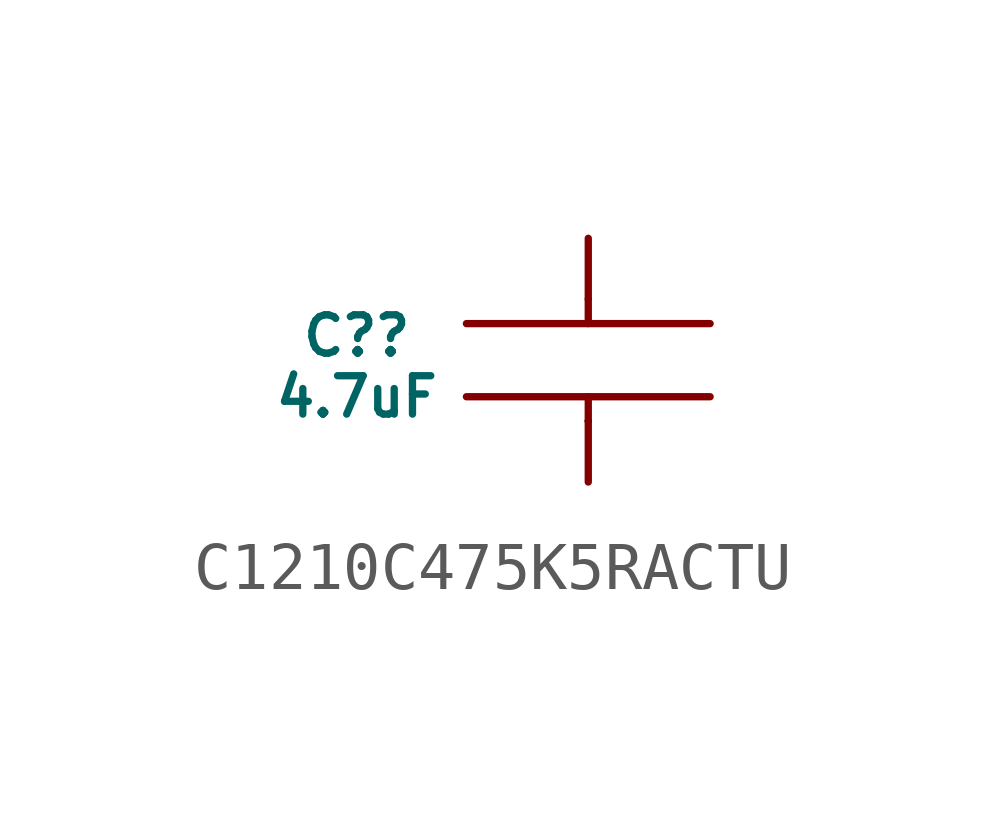
<source format=kicad_sym>
(kicad_symbol_lib
  (version 20231120)
  (generator "kicad_symbol_editor")
  (generator_version "8.0")
  (symbol "C1210C475K5RACTU"
    (pin_numbers hide)
    (pin_names hide)
    (property "Reference" "C?"
      (at -4.826 0.508 0)
      (do_not_autoplace)
      (effects (font (size 0.8 0.8))))
    (property "Value" "4.7uF"
      (at -4.826 -0.762 0)
      (do_not_autoplace)
      (effects (font (size 0.8 0.8))))
    (symbol "C1210C475K5RACTU_0_1"
      (polyline (pts (xy 0 -1.27) (xy 0 -1.27)) (stroke (width 0) (type default)) (fill (type none)))
      (polyline (pts (xy 0 -1.27) (xy 0 -0.762)) (stroke (width 0) (type default)) (fill (type none)))
      (polyline (pts (xy 0 0.762) (xy 0 1.27)) (stroke (width 0) (type default)) (fill (type none))))
    (symbol "C1210C475K5RACTU_1_0"
      (pin passive line (at 0 -2.54 90) (length 1.27) (name "" (effects (font (size 0.8 0.8)))) (number "1" (effects (font (size 0.8 0.8)))))
      (pin passive line (at 0 2.54 270) (length 1.27) (name "" (effects (font (size 0.8 0.8)))) (number "2" (effects (font (size 0.8 0.8))))))
    (symbol "C1210C475K5RACTU_1_1"
      (polyline (pts (xy -2.54 -0.762) (xy 2.54 -0.762)) (stroke (width 0) (type solid)) (fill (type none)))
      (polyline (pts (xy -2.54 0.762) (xy 2.54 0.762)) (stroke (width 0) (type solid)) (fill (type none))))))
</source>
